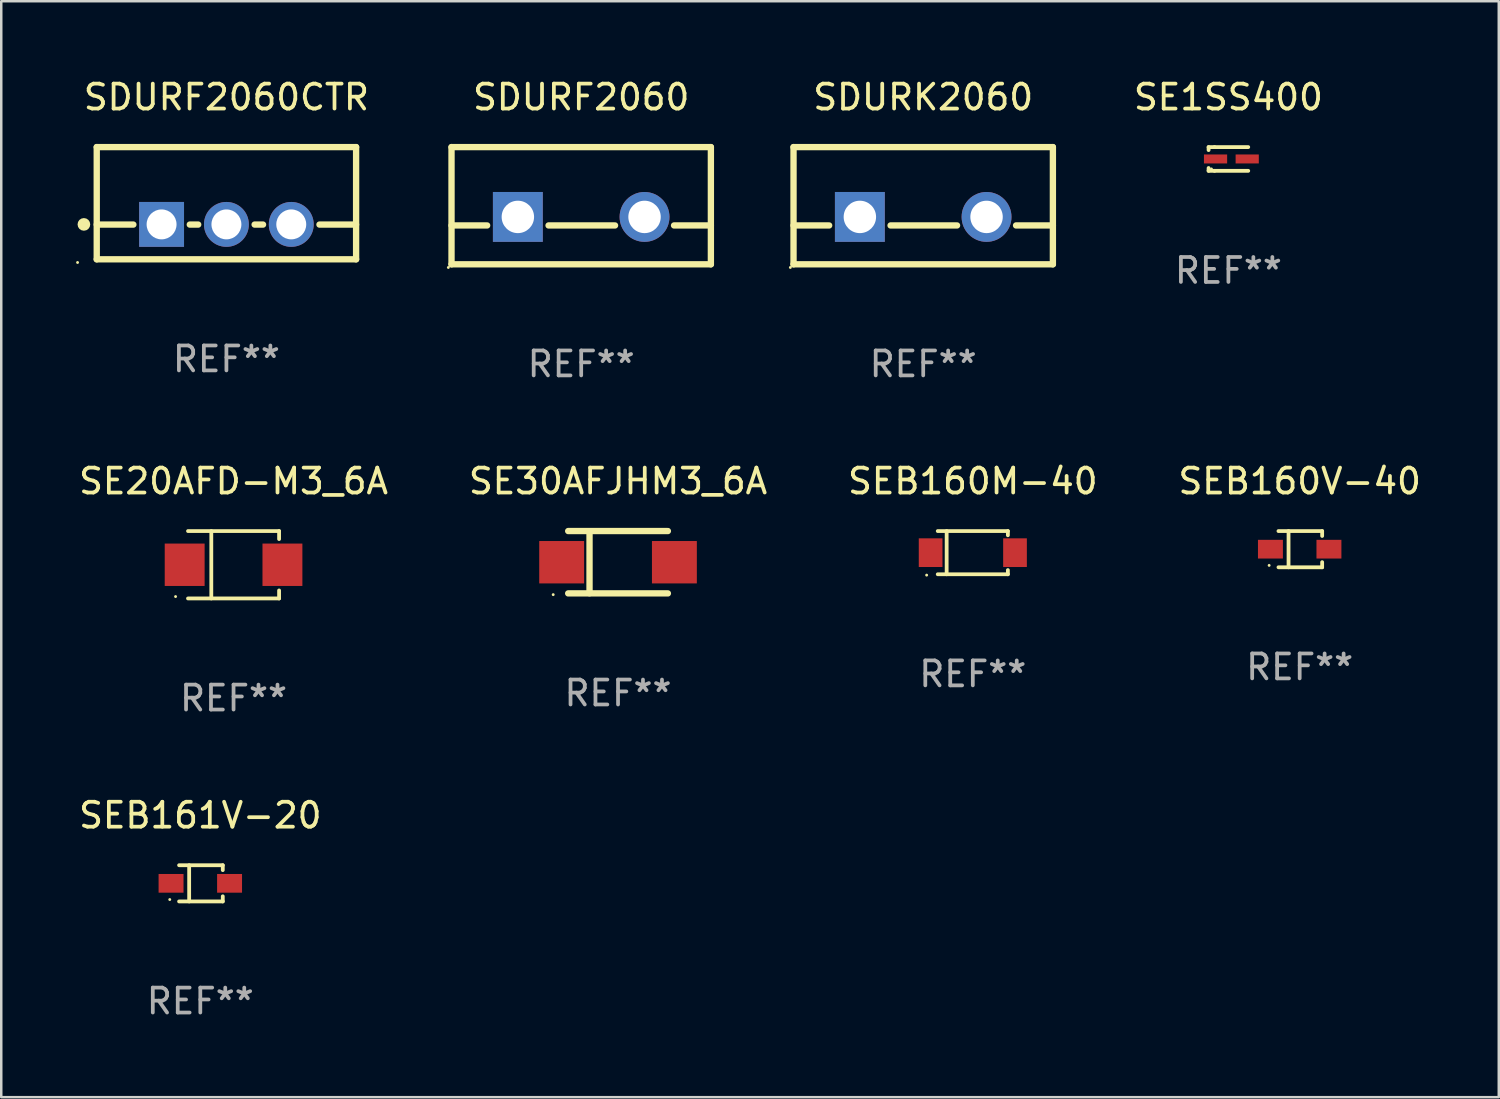
<source format=kicad_pcb>
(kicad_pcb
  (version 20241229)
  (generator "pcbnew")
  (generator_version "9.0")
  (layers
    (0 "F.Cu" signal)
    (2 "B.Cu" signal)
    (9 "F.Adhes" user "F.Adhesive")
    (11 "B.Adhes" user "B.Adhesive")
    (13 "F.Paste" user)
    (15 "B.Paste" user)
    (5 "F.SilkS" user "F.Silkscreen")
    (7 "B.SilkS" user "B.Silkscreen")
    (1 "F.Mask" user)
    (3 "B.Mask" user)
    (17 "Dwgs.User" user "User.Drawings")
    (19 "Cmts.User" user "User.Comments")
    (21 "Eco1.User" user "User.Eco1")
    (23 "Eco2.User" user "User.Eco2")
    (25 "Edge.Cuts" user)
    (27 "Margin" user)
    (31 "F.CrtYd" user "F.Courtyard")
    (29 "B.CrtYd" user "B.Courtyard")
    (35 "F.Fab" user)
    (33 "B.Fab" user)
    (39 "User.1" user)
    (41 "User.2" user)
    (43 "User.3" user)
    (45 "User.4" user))
  (footprint "SEB160V-40"
    (layer "F.Cu")
    (at 49.065 18.971)
    (property "Reference" "SEB160V-40" (at 0 -2.726 0) (layer "F.SilkS") (effects (font (size 1 1) (thickness 0.15))))
    (attr through_hole)
    (fp_line (start -0.851 -0.726) (end 0.901 -0.726) (stroke (width 0.152) (type solid)) (layer "F.SilkS"))
    (fp_line (start -0.851 0.726) (end 0.901 0.726) (stroke (width 0.152) (type solid)) (layer "F.SilkS"))
    (fp_line (start -0.447 -0.726) (end -0.447 0.726) (stroke (width 0.152) (type solid)) (layer "F.SilkS"))
    (fp_line (start 0.901 -0.726) (end 0.901 -0.53) (stroke (width 0.152) (type solid)) (layer "F.SilkS"))
    (fp_line (start 0.901 0.726) (end 0.901 0.52) (stroke (width 0.152) (type solid)) (layer "F.SilkS"))
    (fp_circle (center -1.225 0.65) (end -1.195 0.65) (stroke (width 0.06) (type solid)) (fill no) (layer "F.SilkS"))
    (fp_text user "REF**" (at 0 4.726 0) (layer "F.Fab") (effects (font (size 1 1) (thickness 0.15))))
    (pad "1" smd rect (at -1.173 0) (size 1 0.75) (layers "F.Cu" "F.Mask" "F.Paste"))
    (pad "2" smd rect (at 1.173 0) (size 1 0.75) (layers "F.Cu" "F.Mask" "F.Paste")))
  (footprint "SEB161V-20"
    (layer "F.Cu")
    (at 4.982 32.37)
    (property "Reference" "SEB161V-20" (at 0 -2.726 0) (layer "F.SilkS") (effects (font (size 1 1) (thickness 0.15))))
    (attr through_hole)
    (fp_line (start -0.851 -0.726) (end 0.901 -0.726) (stroke (width 0.152) (type solid)) (layer "F.SilkS"))
    (fp_line (start -0.851 0.726) (end 0.901 0.726) (stroke (width 0.152) (type solid)) (layer "F.SilkS"))
    (fp_line (start -0.447 -0.726) (end -0.447 0.726) (stroke (width 0.152) (type solid)) (layer "F.SilkS"))
    (fp_line (start 0.901 -0.726) (end 0.901 -0.53) (stroke (width 0.152) (type solid)) (layer "F.SilkS"))
    (fp_line (start 0.901 0.726) (end 0.901 0.52) (stroke (width 0.152) (type solid)) (layer "F.SilkS"))
    (fp_circle (center -1.225 0.65) (end -1.195 0.65) (stroke (width 0.06) (type solid)) (fill no) (layer "F.SilkS"))
    (fp_text user "REF**" (at 0 4.726 0) (layer "F.Fab") (effects (font (size 1 1) (thickness 0.15))))
    (pad "1" smd rect (at -1.173 0) (size 1 0.75) (layers "F.Cu" "F.Mask" "F.Paste"))
    (pad "2" smd rect (at 1.173 0) (size 1 0.75) (layers "F.Cu" "F.Mask" "F.Paste")))
  (footprint "SE1SS400"
    (layer "F.Cu")
    (at 46.207 3.324)
    (property "Reference" "SE1SS400" (at 0 -2.476 0) (layer "F.SilkS") (effects (font (size 1 1) (thickness 0.15))))
    (attr through_hole)
    (fp_line (start -0.795 -0.476) (end -0.795 -0.356) (stroke (width 0.152) (type solid)) (layer "F.SilkS"))
    (fp_line (start -0.795 0.363) (end -0.795 0.476) (stroke (width 0.152) (type solid)) (layer "F.SilkS"))
    (fp_line (start -0.795 0.476) (end -0.557 0.476) (stroke (width 0.152) (type solid)) (layer "F.SilkS"))
    (fp_line (start -0.557 -0.476) (end -0.795 -0.476) (stroke (width 0.152) (type solid)) (layer "F.SilkS"))
    (fp_line (start -0.557 -0.476) (end 0.795 -0.476) (stroke (width 0.152) (type solid)) (layer "F.SilkS"))
    (fp_line (start -0.557 0.476) (end 0.795 0.476) (stroke (width 0.152) (type solid)) (layer "F.SilkS"))
    (fp_circle (center -0.681 0.4) (end -0.651 0.4) (stroke (width 0.06) (type solid)) (fill no) (layer "F.SilkS"))
    (fp_text user "REF**" (at 0 4.476 0) (layer "F.Fab") (effects (font (size 1 1) (thickness 0.15))))
    (pad "1" smd rect (at -0.516 0 180) (size 0.93 0.36) (layers "F.Cu" "F.Mask" "F.Paste"))
    (pad "2" smd rect (at 0.754 0 180) (size 0.93 0.36) (layers "F.Cu" "F.Mask" "F.Paste")))
  (footprint "SE20AFD-M3_6A"
    (layer "F.Cu")
    (at 6.315 19.596)
    (property "Reference" "SE20AFD-M3_6A" (at 0 -3.351 0) (layer "F.SilkS") (effects (font (size 1 1) (thickness 0.15))))
    (attr through_hole)
    (fp_line (start -1.826 -1.351) (end 1.826 -1.351) (stroke (width 0.152) (type solid)) (layer "F.SilkS"))
    (fp_line (start -1.826 1.351) (end 1.826 1.351) (stroke (width 0.152) (type solid)) (layer "F.SilkS"))
    (fp_line (start -0.892 -1.351) (end -0.892 1.351) (stroke (width 0.152) (type solid)) (layer "F.SilkS"))
    (fp_line (start 1.826 -1.351) (end 1.826 -1.03) (stroke (width 0.152) (type solid)) (layer "F.SilkS"))
    (fp_line (start 1.826 1.03) (end 1.826 1.351) (stroke (width 0.152) (type solid)) (layer "F.SilkS"))
    (fp_circle (center -2.325 1.275) (end -2.295 1.275) (stroke (width 0.06) (type solid)) (fill no) (layer "F.SilkS"))
    (fp_text user "REF**" (at 0 5.351 0) (layer "F.Fab") (effects (font (size 1 1) (thickness 0.15))))
    (pad "1" smd rect (at -1.96 0 180) (size 1.6 1.7) (layers "F.Cu" "F.Mask" "F.Paste"))
    (pad "2" smd rect (at 1.96 0 180) (size 1.6 1.7) (layers "F.Cu" "F.Mask" "F.Paste")))
  (footprint "SEB160M-40"
    (layer "F.Cu")
    (at 35.958 19.111)
    (property "Reference" "SEB160M-40" (at 0 -2.866 0) (layer "F.SilkS") (effects (font (size 1 1) (thickness 0.15))))
    (attr through_hole)
    (fp_line (start -1.406 -0.866) (end 1.406 -0.866) (stroke (width 0.152) (type solid)) (layer "F.SilkS"))
    (fp_line (start -1.406 0.866) (end 1.406 0.866) (stroke (width 0.152) (type solid)) (layer "F.SilkS"))
    (fp_line (start -1.049 -0.866) (end -1.049 0.866) (stroke (width 0.152) (type solid)) (layer "F.SilkS"))
    (fp_line (start 1.406 -0.866) (end 1.406 -0.698) (stroke (width 0.152) (type solid)) (layer "F.SilkS"))
    (fp_line (start 1.406 0.866) (end 1.406 0.698) (stroke (width 0.152) (type solid)) (layer "F.SilkS"))
    (fp_circle (center -1.851 0.9) (end -1.821 0.9) (stroke (width 0.06) (type solid)) (fill no) (layer "F.SilkS"))
    (fp_text user "REF**" (at 0 4.866 0) (layer "F.Fab") (effects (font (size 1 1) (thickness 0.15))))
    (pad "1" smd rect (at -1.692 0) (size 0.95 1.15) (layers "F.Cu" "F.Mask" "F.Paste"))
    (pad "2" smd rect (at 1.692 0) (size 0.95 1.15) (layers "F.Cu" "F.Mask" "F.Paste")))
  (footprint "SE30AFJHM3_6A"
    (layer "F.Cu")
    (at 21.732 19.494)
    (property "Reference" "SE30AFJHM3_6A" (at 0 -3.25 0) (layer "F.SilkS") (effects (font (size 1 1) (thickness 0.15))))
    (attr through_hole)
    (fp_line (start -1.999 -1.25) (end 1.999 -1.25) (stroke (width 0.254) (type solid)) (layer "F.SilkS"))
    (fp_line (start -1.143 -1.245) (end -1.143 1.245) (stroke (width 0.254) (type solid)) (layer "F.SilkS"))
    (fp_line (start 1.999 1.25) (end -1.999 1.25) (stroke (width 0.254) (type solid)) (layer "F.SilkS"))
    (fp_circle (center -2.6 1.3) (end -2.57 1.3) (stroke (width 0.06) (type solid)) (fill no) (layer "F.SilkS"))
    (fp_text user "REF**" (at 0 5.25 0) (layer "F.Fab") (effects (font (size 1 1) (thickness 0.15))))
    (pad "1" smd rect (at -2.26 0) (size 1.8 1.7) (layers "F.Cu" "F.Mask" "F.Paste"))
    (pad "2" smd rect (at 2.26 0) (size 1.8 1.7) (layers "F.Cu" "F.Mask" "F.Paste")))
  (footprint "SDURF2060"
    (layer "F.Cu")
    (at 20.255 5.198)
    (property "Reference" "SDURF2060" (at 0 -4.35 0) (layer "F.SilkS") (effects (font (size 1 1) (thickness 0.15))))
    (attr through_hole)
    (fp_line (start -5.2 -2.35) (end -5.2 2.35) (stroke (width 0.254) (type solid)) (layer "F.SilkS"))
    (fp_line (start -5.2 -2.35) (end 5.2 -2.35) (stroke (width 0.254) (type solid)) (layer "F.SilkS"))
    (fp_line (start -5.2 0.792) (end -3.771 0.792) (stroke (width 0.254) (type solid)) (layer "F.SilkS"))
    (fp_line (start -5.2 2.35) (end 5.2 2.35) (stroke (width 0.254) (type solid)) (layer "F.SilkS"))
    (fp_line (start -1.309 0.792) (end 1.357 0.792) (stroke (width 0.254) (type solid)) (layer "F.SilkS"))
    (fp_line (start 3.723 0.792) (end 5.2 0.792) (stroke (width 0.254) (type solid)) (layer "F.SilkS"))
    (fp_line (start 5.2 -2.35) (end 5.2 2.35) (stroke (width 0.254) (type solid)) (layer "F.SilkS"))
    (fp_circle (center -5.327 2.477) (end -5.297 2.477) (stroke (width 0.06) (type solid)) (fill no) (layer "F.SilkS"))
    (fp_text user "REF**" (at 0 6.35 0) (layer "F.Fab") (effects (font (size 1 1) (thickness 0.15))))
    (pad "1" thru_hole rect (at -2.54 0.45) (size 2 2) (drill 1.3) (layers "*.Cu" "*.Mask"))
    (pad "2" thru_hole circle (at 2.54 0.45) (size 2 2) (drill 1.3) (layers "*.Cu" "*.Mask")))
  (footprint "SDURK2060"
    (layer "F.Cu")
    (at 33.969 5.198)
    (property "Reference" "SDURK2060" (at 0 -4.35 0) (layer "F.SilkS") (effects (font (size 1 1) (thickness 0.15))))
    (attr through_hole)
    (fp_line (start -5.2 -2.35) (end -5.2 2.35) (stroke (width 0.254) (type solid)) (layer "F.SilkS"))
    (fp_line (start -5.2 -2.35) (end 5.2 -2.35) (stroke (width 0.254) (type solid)) (layer "F.SilkS"))
    (fp_line (start -5.2 0.792) (end -3.771 0.792) (stroke (width 0.254) (type solid)) (layer "F.SilkS"))
    (fp_line (start -5.2 2.35) (end 5.2 2.35) (stroke (width 0.254) (type solid)) (layer "F.SilkS"))
    (fp_line (start -1.309 0.792) (end 1.357 0.792) (stroke (width 0.254) (type solid)) (layer "F.SilkS"))
    (fp_line (start 3.723 0.792) (end 5.2 0.792) (stroke (width 0.254) (type solid)) (layer "F.SilkS"))
    (fp_line (start 5.2 -2.35) (end 5.2 2.35) (stroke (width 0.254) (type solid)) (layer "F.SilkS"))
    (fp_circle (center -5.327 2.477) (end -5.297 2.477) (stroke (width 0.06) (type solid)) (fill no) (layer "F.SilkS"))
    (fp_text user "REF**" (at 0 6.35 0) (layer "F.Fab") (effects (font (size 1 1) (thickness 0.15))))
    (pad "1" thru_hole rect (at -2.54 0.45) (size 2 2) (drill 1.3) (layers "*.Cu" "*.Mask"))
    (pad "2" thru_hole circle (at 2.54 0.45) (size 2 2) (drill 1.3) (layers "*.Cu" "*.Mask")))
  (footprint "SDURF2060CTR"
    (layer "F.Cu")
    (at 6.029 5.098)
    (property "Reference" "SDURF2060CTR" (at 0 -4.25 0) (layer "F.SilkS") (effects (font (size 1 1) (thickness 0.15))))
    (attr through_hole)
    (fp_line (start -5.2 -2.25) (end -5.2 2.25) (stroke (width 0.254) (type solid)) (layer "F.SilkS"))
    (fp_line (start -5.2 -2.25) (end 5.2 -2.25) (stroke (width 0.254) (type solid)) (layer "F.SilkS"))
    (fp_line (start -5.2 0.857) (end -3.731 0.857) (stroke (width 0.254) (type solid)) (layer "F.SilkS"))
    (fp_line (start -5.2 2.25) (end 5.2 2.25) (stroke (width 0.254) (type solid)) (layer "F.SilkS"))
    (fp_line (start -1.469 0.857) (end -1.131 0.857) (stroke (width 0.254) (type solid)) (layer "F.SilkS"))
    (fp_line (start 1.131 0.857) (end 1.469 0.857) (stroke (width 0.254) (type solid)) (layer "F.SilkS"))
    (fp_line (start 3.731 0.857) (end 5.2 0.857) (stroke (width 0.254) (type solid)) (layer "F.SilkS"))
    (fp_line (start 5.2 -2.25) (end 5.2 2.25) (stroke (width 0.254) (type solid)) (layer "F.SilkS"))
    (fp_circle (center -5.969 2.377) (end -5.939 2.377) (stroke (width 0.06) (type solid)) (fill no) (layer "F.SilkS"))
    (fp_circle (center -5.715 0.85) (end -5.588 0.85) (stroke (width 0.254) (type solid)) (fill no) (layer "F.SilkS"))
    (fp_text user "REF**" (at 0 6.25 0) (layer "F.Fab") (effects (font (size 1 1) (thickness 0.15))))
    (pad "1" thru_hole rect (at -2.6 0.85) (size 1.8 1.8) (drill 1.2) (layers "*.Cu" "*.Mask"))
    (pad "2" thru_hole circle (at 0 0.85) (size 1.8 1.8) (drill 1.2) (layers "*.Cu" "*.Mask"))
    (pad "3" thru_hole circle (at 2.6 0.85) (size 1.8 1.8) (drill 1.2) (layers "*.Cu" "*.Mask")))
  (gr_rect
    (start -3 -3)
    (end 57.048 40.944)
    (stroke (width 0.1) (type default))
    (fill no)
    (layer "Edge.Cuts")))
</source>
